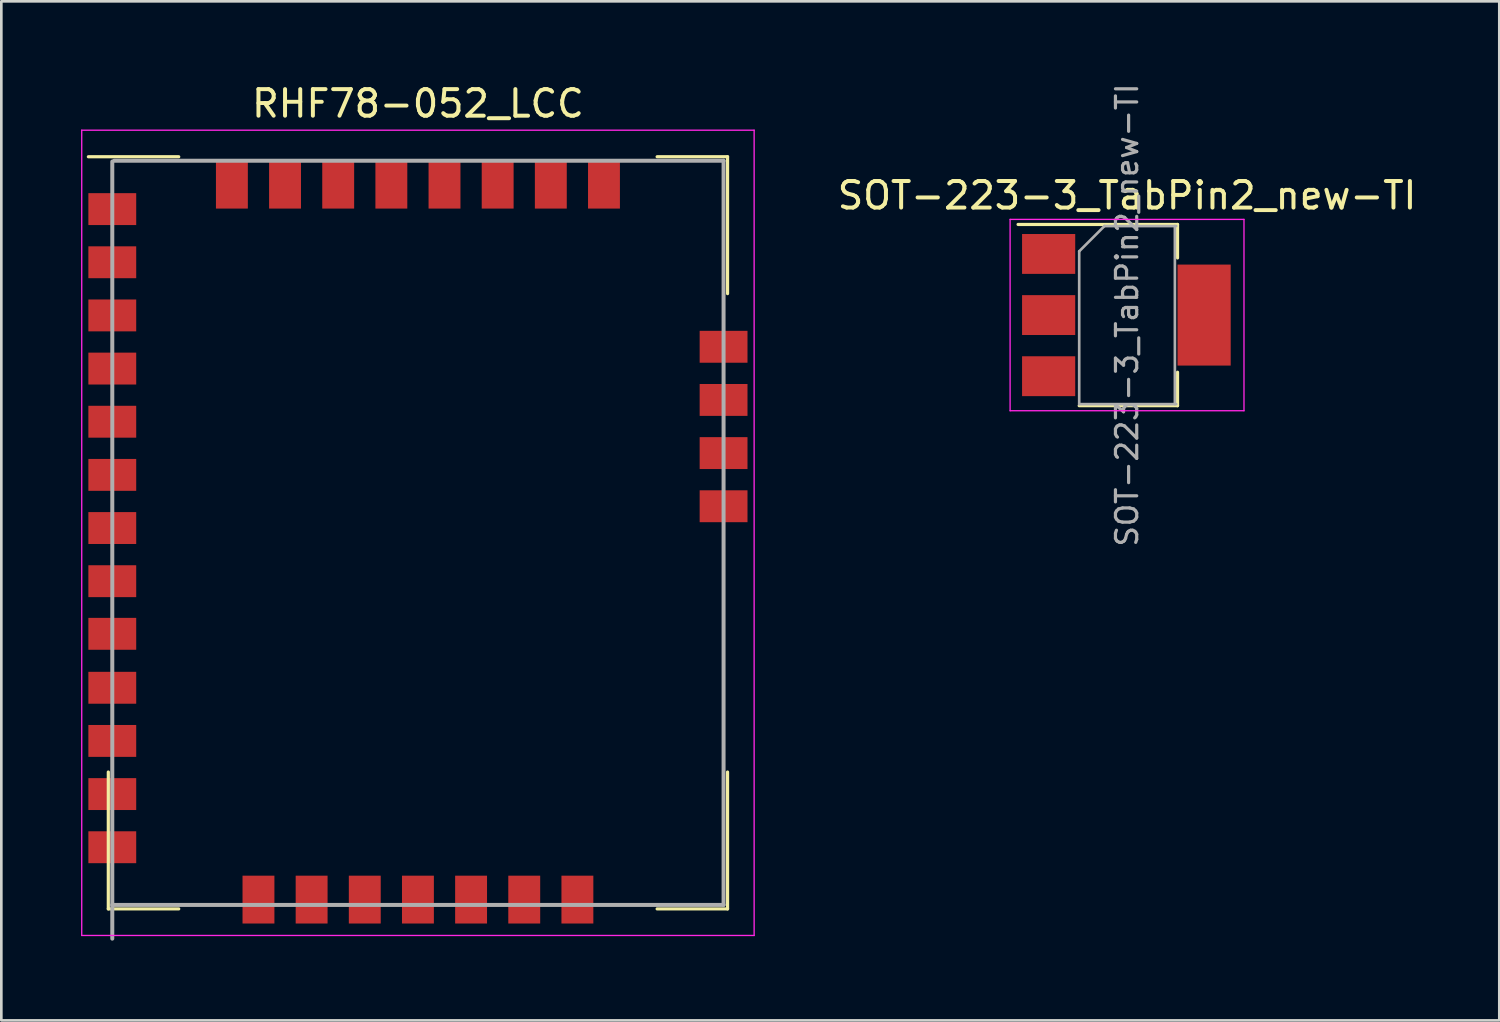
<source format=kicad_pcb>
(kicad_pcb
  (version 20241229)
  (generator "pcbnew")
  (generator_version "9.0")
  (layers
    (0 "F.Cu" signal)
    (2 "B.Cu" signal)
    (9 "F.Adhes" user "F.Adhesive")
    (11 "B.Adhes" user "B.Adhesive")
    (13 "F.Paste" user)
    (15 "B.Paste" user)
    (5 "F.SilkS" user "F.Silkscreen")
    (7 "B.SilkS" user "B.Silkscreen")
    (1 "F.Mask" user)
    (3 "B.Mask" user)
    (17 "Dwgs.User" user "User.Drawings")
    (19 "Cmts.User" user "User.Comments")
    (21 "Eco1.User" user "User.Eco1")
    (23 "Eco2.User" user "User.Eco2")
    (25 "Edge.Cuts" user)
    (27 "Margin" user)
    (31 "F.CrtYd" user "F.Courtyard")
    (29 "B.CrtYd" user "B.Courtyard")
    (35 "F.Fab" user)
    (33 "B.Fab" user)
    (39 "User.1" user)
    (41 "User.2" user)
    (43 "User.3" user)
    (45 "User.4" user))
  (footprint "SOT-223-3_TabPin2_new-TI"
    (layer "F.Cu")
    (at 39.356 8.805)
    (property "Reference" "SOT-223-3_TabPin2_new-TI" (at 0 -4.5 0) (layer "F.SilkS") (effects (font (size 1 1) (thickness 0.15))))
    (attr smd)
    (fp_line (start -4.1 -3.41) (end 1.9 -3.41) (stroke (width 0.12) (type solid)) (layer "F.SilkS"))
    (fp_line (start -1.8 3.41) (end 1.9 3.41) (stroke (width 0.12) (type solid)) (layer "F.SilkS"))
    (fp_line (start 1.9 -3.41) (end 1.9 -2.15) (stroke (width 0.12) (type solid)) (layer "F.SilkS"))
    (fp_line (start 1.9 3.41) (end 1.9 2.15) (stroke (width 0.12) (type solid)) (layer "F.SilkS"))
    (fp_line (start -4.4 -3.6) (end -4.4 3.6) (stroke (width 0.05) (type solid)) (layer "F.CrtYd"))
    (fp_line (start -4.4 3.6) (end 4.4 3.6) (stroke (width 0.05) (type solid)) (layer "F.CrtYd"))
    (fp_line (start 4.4 -3.6) (end -4.4 -3.6) (stroke (width 0.05) (type solid)) (layer "F.CrtYd"))
    (fp_line (start 4.4 3.6) (end 4.4 -3.6) (stroke (width 0.05) (type solid)) (layer "F.CrtYd"))
    (fp_line (start -1.8 -2.4) (end -1.8 3.35) (stroke (width 0.1) (type solid)) (layer "F.Fab"))
    (fp_line (start -1.8 -2.4) (end -0.85 -3.35) (stroke (width 0.1) (type solid)) (layer "F.Fab"))
    (fp_line (start -1.8 3.35) (end 1.85 3.35) (stroke (width 0.1) (type solid)) (layer "F.Fab"))
    (fp_line (start -0.85 -3.35) (end 1.85 -3.35) (stroke (width 0.1) (type solid)) (layer "F.Fab"))
    (fp_line (start 1.8 -3.35) (end 1.8 3.35) (stroke (width 0.1) (type solid)) (layer "F.Fab"))
    (fp_text user "${REFERENCE}" (at 0 0 90) (layer "F.Fab") (effects (font (size 0.8 0.8) (thickness 0.12))))
    (pad "1" smd rect (at -2.95 -2.3) (size 2 1.5) (layers "F.Cu" "F.Mask" "F.Paste"))
    (pad "2" smd rect (at -2.95 0) (size 2 1.5) (layers "F.Cu" "F.Mask" "F.Paste"))
    (pad "2" smd rect (at 2.9 0) (size 2 3.8) (layers "F.Cu" "F.Mask" "F.Paste"))
    (pad "3" smd rect (at -2.95 2.3) (size 2 1.5) (layers "F.Cu" "F.Mask" "F.Paste")))
  (footprint "RHF78-052_LCC"
    (layer "F.Cu")
    (at 12.675 16.998)
    (property "Reference" "RHF78-052_LCC" (at 0 -16.15 0) (layer "F.SilkS") (effects (font (size 1 1) (thickness 0.15))))
    (attr smd)
    (fp_line (start -11.65 14.15) (end -11.65 9) (stroke (width 0.12) (type solid)) (layer "F.SilkS"))
    (fp_line (start -9 -14.15) (end -12.4 -14.15) (stroke (width 0.12) (type solid)) (layer "F.SilkS"))
    (fp_line (start -9 14.15) (end -11.65 14.15) (stroke (width 0.12) (type solid)) (layer "F.SilkS"))
    (fp_line (start 9 -14.15) (end 11.65 -14.15) (stroke (width 0.12) (type solid)) (layer "F.SilkS"))
    (fp_line (start 9 14.15) (end 11.65 14.15) (stroke (width 0.12) (type solid)) (layer "F.SilkS"))
    (fp_line (start 11.65 -14.15) (end 11.65 -9) (stroke (width 0.12) (type solid)) (layer "F.SilkS"))
    (fp_line (start 11.65 14.15) (end 11.65 9) (stroke (width 0.12) (type solid)) (layer "F.SilkS"))
    (fp_line (start -12.65 -15.15) (end 12.65 -15.15) (stroke (width 0.05) (type solid)) (layer "F.CrtYd"))
    (fp_line (start -12.65 15.15) (end -12.65 -15.15) (stroke (width 0.05) (type solid)) (layer "F.CrtYd"))
    (fp_line (start 12.65 -15.15) (end 12.65 15.15) (stroke (width 0.05) (type solid)) (layer "F.CrtYd"))
    (fp_line (start 12.65 15.15) (end -12.65 15.15) (stroke (width 0.05) (type solid)) (layer "F.CrtYd"))
    (fp_line (start -11.5 -13.97) (end -11.5 15.27) (stroke (width 0.15) (type solid)) (layer "F.Fab"))
    (fp_line (start -11.5 14) (end 11.5 14) (stroke (width 0.15) (type solid)) (layer "F.Fab"))
    (fp_line (start 11.5 -14) (end -11.43 -14) (stroke (width 0.15) (type solid)) (layer "F.Fab"))
    (fp_line (start 11.5 14) (end 11.5 -14) (stroke (width 0.15) (type solid)) (layer "F.Fab"))
    (pad "1" smd rect (at -11.5 -12.18 90) (size 1.2 1.8) (layers "F.Cu" "F.Mask" "F.Paste"))
    (pad "2" smd rect (at -11.5 -10.18 90) (size 1.2 1.8) (layers "F.Cu" "F.Mask" "F.Paste"))
    (pad "3" smd rect (at -11.5 -8.18 90) (size 1.2 1.8) (layers "F.Cu" "F.Mask" "F.Paste"))
    (pad "4" smd rect (at -11.5 -6.18 90) (size 1.2 1.8) (layers "F.Cu" "F.Mask" "F.Paste"))
    (pad "5" smd rect (at -11.5 -4.18 90) (size 1.2 1.8) (layers "F.Cu" "F.Mask" "F.Paste"))
    (pad "6" smd rect (at -11.5 -2.18 90) (size 1.2 1.8) (layers "F.Cu" "F.Mask" "F.Paste"))
    (pad "7" smd rect (at -11.5 -0.18 90) (size 1.2 1.8) (layers "F.Cu" "F.Mask" "F.Paste"))
    (pad "8" smd rect (at -11.5 1.82 90) (size 1.2 1.8) (layers "F.Cu" "F.Mask" "F.Paste"))
    (pad "9" smd rect (at -11.5 3.8 270) (size 1.2 1.8) (layers "F.Cu" "F.Mask" "F.Paste"))
    (pad "10" smd rect (at -11.5 5.83 270) (size 1.2 1.8) (layers "F.Cu" "F.Mask" "F.Paste"))
    (pad "11" smd rect (at -11.5 7.83 270) (size 1.2 1.8) (layers "F.Cu" "F.Mask" "F.Paste"))
    (pad "12" smd rect (at -11.5 9.83 270) (size 1.2 1.8) (layers "F.Cu" "F.Mask" "F.Paste"))
    (pad "13" smd rect (at -11.5 11.83 270) (size 1.2 1.8) (layers "F.Cu" "F.Mask" "F.Paste"))
    (pad "14" smd rect (at -6 13.8) (size 1.2 1.8) (layers "F.Cu" "F.Mask" "F.Paste"))
    (pad "15" smd rect (at -4 13.8) (size 1.2 1.8) (layers "F.Cu" "F.Mask" "F.Paste"))
    (pad "16" smd rect (at -2 13.8) (size 1.2 1.8) (layers "F.Cu" "F.Mask" "F.Paste"))
    (pad "17" smd rect (at 0 13.8) (size 1.2 1.8) (layers "F.Cu" "F.Mask" "F.Paste"))
    (pad "18" smd rect (at 2 13.8) (size 1.2 1.8) (layers "F.Cu" "F.Mask" "F.Paste"))
    (pad "19" smd rect (at 4 13.8) (size 1.2 1.8) (layers "F.Cu" "F.Mask" "F.Paste"))
    (pad "20" smd rect (at 6 13.8 180) (size 1.2 1.8) (layers "F.Cu" "F.Mask" "F.Paste"))
    (pad "21" smd rect (at 11.5 -1 90) (size 1.2 1.8) (layers "F.Cu" "F.Mask" "F.Paste"))
    (pad "22" smd rect (at 11.5 -3 90) (size 1.2 1.8) (layers "F.Cu" "F.Mask" "F.Paste"))
    (pad "23" smd rect (at 11.5 -5 90) (size 1.2 1.8) (layers "F.Cu" "F.Mask" "F.Paste"))
    (pad "24" smd rect (at 11.5 -7 90) (size 1.2 1.8) (layers "F.Cu" "F.Mask" "F.Paste"))
    (pad "25" smd rect (at 7 -13.1) (size 1.2 1.8) (layers "F.Cu" "F.Mask" "F.Paste"))
    (pad "26" smd rect (at 5 -13.1) (size 1.2 1.8) (layers "F.Cu" "F.Mask" "F.Paste"))
    (pad "27" smd rect (at 3 -13.1) (size 1.2 1.8) (layers "F.Cu" "F.Mask" "F.Paste"))
    (pad "28" smd rect (at 1 -13.1) (size 1.2 1.8) (layers "F.Cu" "F.Mask" "F.Paste"))
    (pad "29" smd rect (at -1 -13.1) (size 1.2 1.8) (layers "F.Cu" "F.Mask" "F.Paste"))
    (pad "30" smd rect (at -3 -13.1) (size 1.2 1.8) (layers "F.Cu" "F.Mask" "F.Paste"))
    (pad "31" smd rect (at -5 -13.1) (size 1.2 1.8) (layers "F.Cu" "F.Mask" "F.Paste"))
    (pad "32" smd rect (at -7 -13.1) (size 1.2 1.8) (layers "F.Cu" "F.Mask" "F.Paste")))
  (gr_rect
    (start -3 -3)
    (end 53.362 35.343)
    (stroke (width 0.1) (type default))
    (fill no)
    (layer "Edge.Cuts")))
</source>
